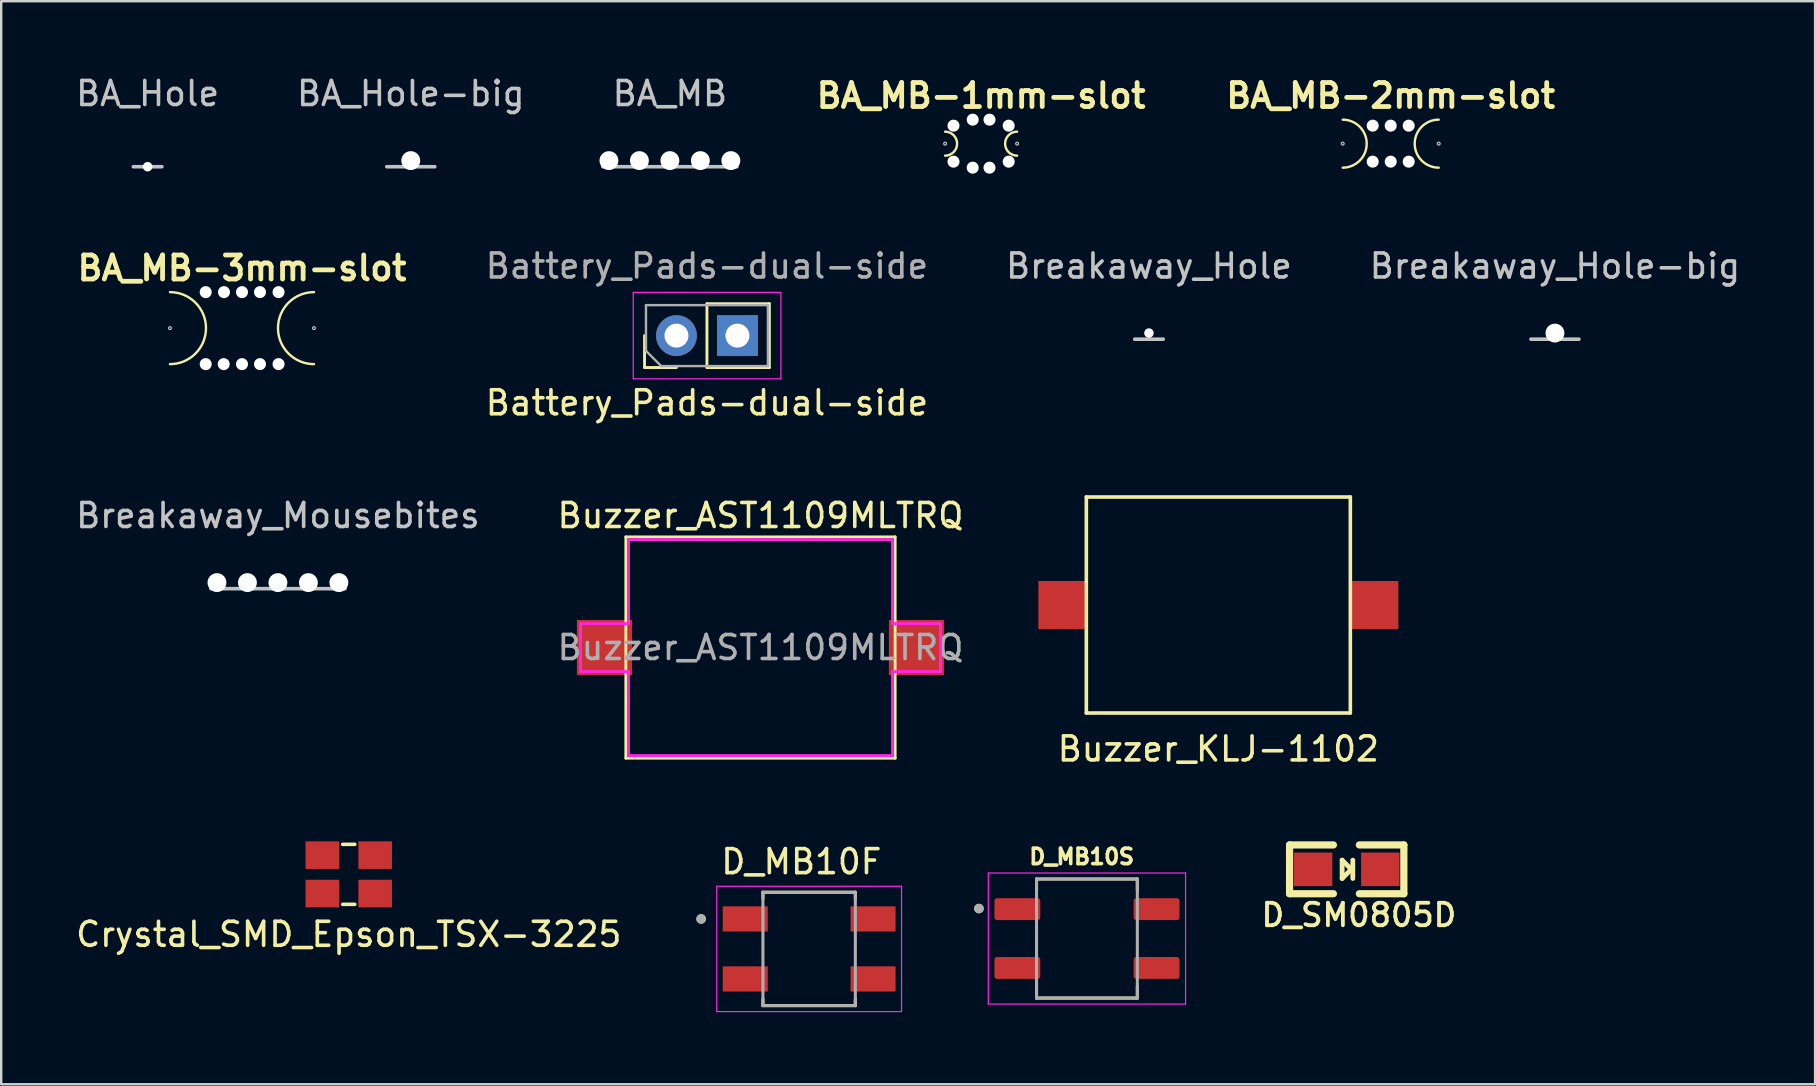
<source format=kicad_pcb>
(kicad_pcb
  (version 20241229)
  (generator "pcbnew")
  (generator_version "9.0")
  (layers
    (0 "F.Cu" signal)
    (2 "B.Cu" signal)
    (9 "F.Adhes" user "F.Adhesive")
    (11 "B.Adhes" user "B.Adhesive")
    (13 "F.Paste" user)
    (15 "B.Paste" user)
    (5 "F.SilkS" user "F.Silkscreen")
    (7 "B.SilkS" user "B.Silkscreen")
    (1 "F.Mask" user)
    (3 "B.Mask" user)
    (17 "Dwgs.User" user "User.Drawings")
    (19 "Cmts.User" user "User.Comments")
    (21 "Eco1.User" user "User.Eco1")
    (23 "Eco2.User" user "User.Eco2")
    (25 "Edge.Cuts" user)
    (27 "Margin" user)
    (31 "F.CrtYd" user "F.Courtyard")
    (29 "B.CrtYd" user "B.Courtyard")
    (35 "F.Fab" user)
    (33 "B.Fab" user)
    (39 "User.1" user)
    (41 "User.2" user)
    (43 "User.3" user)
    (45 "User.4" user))
  (footprint "Breakaway_Hole"
    (layer "F.Cu")
    (at 44.823 11.082)
    (property "Reference" "Breakaway_Hole" (at 0 -3.048 0) (layer "Dwgs.User") (effects (font (size 1 1) (thickness 0.15))))
    (attr through_hole)
    (fp_line (start -0.595 0) (end 0.595 0) (stroke (width 0.15) (type solid)) (layer "Dwgs.User"))
    (pad "" np_thru_hole circle (at 0 -0.254) (size 0.394 0.394) (drill 0.394) (layers "*.Cu" "*.Mask")))
  (footprint "Crystal_SMD_Epson_TSX-3225"
    (layer "F.Cu")
    (at 11.482 33.381)
    (property "Reference" "Crystal_SMD_Epson_TSX-3225" (at 0 2.5 0) (layer "F.SilkS") (effects (font (size 1 1) (thickness 0.15))))
    (attr through_hole)
    (fp_line (start -0.25 -1.25) (end 0.25 -1.25) (stroke (width 0.15) (type solid)) (layer "F.SilkS"))
    (fp_line (start -0.25 1.25) (end 0.25 1.25) (stroke (width 0.15) (type solid)) (layer "F.SilkS"))
    (pad "1" smd rect (at -1.1 -0.8) (size 1.4 1.15) (layers "F.Cu" "F.Mask" "F.Paste"))
    (pad "2" smd rect (at 1.1 -0.8) (size 1.4 1.15) (layers "F.Cu" "F.Mask" "F.Paste"))
    (pad "3" smd rect (at 1.1 0.8) (size 1.4 1.15) (layers "F.Cu" "F.Mask" "F.Paste"))
    (pad "4" smd rect (at -1.1 0.8) (size 1.4 1.15) (layers "F.Cu" "F.Mask" "F.Paste")))
  (footprint "D_MB10S"
    (layer "F.Cu")
    (at 42.239 36.056)
    (property "Reference" "D_MB10S" (at -0.218 -3.412 0) (layer "F.SilkS") (effects (font (size 0.641 0.641) (thickness 0.15))))
    (attr smd)
    (fp_line (start -2.1 -2.48) (end 2.1 -2.48) (stroke (width 0.127) (type solid)) (layer "F.SilkS"))
    (fp_line (start -2.1 -2) (end -2.1 -2.48) (stroke (width 0.127) (type solid)) (layer "F.SilkS"))
    (fp_line (start -2.1 2) (end -2.1 2.48) (stroke (width 0.127) (type solid)) (layer "F.SilkS"))
    (fp_line (start -2.1 2.48) (end 2.1 2.48) (stroke (width 0.127) (type solid)) (layer "F.SilkS"))
    (fp_line (start 2.1 -2.48) (end 2.1 -2) (stroke (width 0.127) (type solid)) (layer "F.SilkS"))
    (fp_line (start 2.1 2.48) (end 2.1 2) (stroke (width 0.127) (type solid)) (layer "F.SilkS"))
    (fp_circle (center -4.5 -1.25) (end -4.4 -1.25) (stroke (width 0.2) (type solid)) (fill no) (layer "F.SilkS"))
    (fp_line (start -4.11 -2.73) (end -4.11 2.73) (stroke (width 0.05) (type solid)) (layer "F.CrtYd"))
    (fp_line (start -4.11 2.73) (end 4.11 2.73) (stroke (width 0.05) (type solid)) (layer "F.CrtYd"))
    (fp_line (start 4.11 -2.73) (end -4.11 -2.73) (stroke (width 0.05) (type solid)) (layer "F.CrtYd"))
    (fp_line (start 4.11 2.73) (end 4.11 -2.73) (stroke (width 0.05) (type solid)) (layer "F.CrtYd"))
    (fp_line (start -2.1 -2.48) (end 2.1 -2.48) (stroke (width 0.127) (type solid)) (layer "F.Fab"))
    (fp_line (start -2.1 2.48) (end -2.1 -2.48) (stroke (width 0.127) (type solid)) (layer "F.Fab"))
    (fp_line (start 2.1 -2.48) (end 2.1 2.48) (stroke (width 0.127) (type solid)) (layer "F.Fab"))
    (fp_line (start 2.1 2.48) (end -2.1 2.48) (stroke (width 0.127) (type solid)) (layer "F.Fab"))
    (fp_circle (center -4.5 -1.25) (end -4.4 -1.25) (stroke (width 0.2) (type solid)) (fill no) (layer "F.Fab"))
    (pad "1" smd roundrect (at -2.9 -1.225) (size 1.91 0.91) (layers "F.Cu" "F.Mask" "F.Paste") (roundrect_rratio 0.115))
    (pad "2" smd roundrect (at -2.9 1.225) (size 1.91 0.91) (layers "F.Cu" "F.Mask" "F.Paste") (roundrect_rratio 0.115))
    (pad "3" smd roundrect (at 2.9 1.225) (size 1.91 0.91) (layers "F.Cu" "F.Mask" "F.Paste") (roundrect_rratio 0.115))
    (pad "4" smd roundrect (at 2.9 -1.225) (size 1.91 0.91) (layers "F.Cu" "F.Mask" "F.Paste") (roundrect_rratio 0.115)))
  (footprint "BA_MB-1mm-slot"
    (layer "F.Cu")
    (at 37.829 2.936)
    (property "Reference" "BA_MB-1mm-slot" (at 0 -2 0) (layer "F.SilkS") (effects (font (size 1 1) (thickness 0.2))))
    (attr through_hole)
    (fp_arc (start -1.5 -0.5) (mid -1 0) (end -1.5 0.5) (stroke (width 0.1) (type solid)) (layer "F.SilkS"))
    (fp_arc (start 1.5 0.5) (mid 1 0) (end 1.5 -0.5) (stroke (width 0.1) (type solid)) (layer "F.SilkS"))
    (fp_circle (center -1.5 0) (end -1.44 0) (stroke (width 0.05) (type solid)) (fill no) (layer "Dwgs.User"))
    (fp_circle (center 1.5 0) (end 1.56 0) (stroke (width 0.05) (type solid)) (fill no) (layer "Dwgs.User"))
    (fp_line (start -1.5 0) (end -1.5 0) (stroke (width 1) (type solid)) (layer "Eco1.User"))
    (fp_line (start 1.5 0) (end 1.5 0) (stroke (width 1) (type solid)) (layer "Eco1.User"))
    (pad "" np_thru_hole circle (at -1.15 -0.75) (size 0.5 0.5) (drill 0.5) (layers "*.Cu" "*.Mask"))
    (pad "" np_thru_hole circle (at -1.15 0.75) (size 0.5 0.5) (drill 0.5) (layers "*.Cu" "*.Mask"))
    (pad "" np_thru_hole circle (at -0.35 -1) (size 0.5 0.5) (drill 0.5) (layers "*.Cu" "*.Mask"))
    (pad "" np_thru_hole circle (at -0.35 1) (size 0.5 0.5) (drill 0.5) (layers "*.Cu" "*.Mask"))
    (pad "" np_thru_hole circle (at 0.35 -1) (size 0.5 0.5) (drill 0.5) (layers "*.Cu" "*.Mask"))
    (pad "" np_thru_hole circle (at 0.35 1) (size 0.5 0.5) (drill 0.5) (layers "*.Cu" "*.Mask"))
    (pad "" np_thru_hole circle (at 1.15 -0.75) (size 0.5 0.5) (drill 0.5) (layers "*.Cu" "*.Mask"))
    (pad "" np_thru_hole circle (at 1.15 0.75) (size 0.5 0.5) (drill 0.5) (layers "*.Cu" "*.Mask")))
  (footprint "BA_MB-3mm-slot"
    (layer "F.Cu")
    (at 7.033 10.622)
    (property "Reference" "BA_MB-3mm-slot" (at 0 -2.5 0) (layer "F.SilkS") (effects (font (size 1 1) (thickness 0.2))))
    (attr through_hole)
    (fp_arc (start -3 -1.5) (mid -1.5 0) (end -3 1.5) (stroke (width 0.1) (type solid)) (layer "F.SilkS"))
    (fp_arc (start 3 1.5) (mid 1.5 0) (end 3 -1.5) (stroke (width 0.1) (type solid)) (layer "F.SilkS"))
    (fp_circle (center -3 0) (end -3 -0.06) (stroke (width 0.05) (type solid)) (fill no) (layer "Dwgs.User"))
    (fp_circle (center 3 0) (end 3.06 0) (stroke (width 0.05) (type solid)) (fill no) (layer "Dwgs.User"))
    (fp_line (start -3 0) (end -3 0) (stroke (width 3) (type solid)) (layer "Eco1.User"))
    (fp_line (start 3 0) (end 3 0) (stroke (width 3) (type solid)) (layer "Eco1.User"))
    (pad "" np_thru_hole circle (at -1.512 -1.5) (size 0.5 0.5) (drill 0.5) (layers "*.Cu" "*.Mask"))
    (pad "" np_thru_hole circle (at -1.512 1.5) (size 0.5 0.5) (drill 0.5) (layers "*.Cu" "*.Mask"))
    (pad "" np_thru_hole circle (at -0.762 1.5) (size 0.5 0.5) (drill 0.5) (layers "*.Cu" "*.Mask"))
    (pad "" np_thru_hole circle (at -0.75 -1.5) (size 0.5 0.5) (drill 0.5) (layers "*.Cu" "*.Mask"))
    (pad "" np_thru_hole circle (at 0 -1.5) (size 0.5 0.5) (drill 0.5) (layers "*.Cu" "*.Mask"))
    (pad "" np_thru_hole circle (at 0 1.5) (size 0.5 0.5) (drill 0.5) (layers "*.Cu" "*.Mask"))
    (pad "" np_thru_hole circle (at 0.75 -1.5) (size 0.5 0.5) (drill 0.5) (layers "*.Cu" "*.Mask"))
    (pad "" np_thru_hole circle (at 0.75 1.5) (size 0.5 0.5) (drill 0.5) (layers "*.Cu" "*.Mask"))
    (pad "" np_thru_hole circle (at 1.524 -1.5) (size 0.5 0.5) (drill 0.5) (layers "*.Cu" "*.Mask"))
    (pad "" np_thru_hole circle (at 1.524 1.5) (size 0.5 0.5) (drill 0.5) (layers "*.Cu" "*.Mask")))
  (footprint "BA_MB-2mm-slot"
    (layer "F.Cu")
    (at 54.896 2.936)
    (property "Reference" "BA_MB-2mm-slot" (at 0 -2 0) (layer "F.SilkS") (effects (font (size 1 1) (thickness 0.2))))
    (attr through_hole)
    (fp_arc (start -2 -1) (mid -1 0) (end -2 1) (stroke (width 0.1) (type solid)) (layer "F.SilkS"))
    (fp_arc (start 2 1) (mid 1 0) (end 2 -1) (stroke (width 0.1) (type solid)) (layer "F.SilkS"))
    (fp_circle (center -2 0) (end -2 -0.06) (stroke (width 0.05) (type solid)) (fill no) (layer "Dwgs.User"))
    (fp_circle (center 2 0) (end 2.06 0) (stroke (width 0.05) (type solid)) (fill no) (layer "Dwgs.User"))
    (fp_line (start -2 0) (end -2 0) (stroke (width 2) (type solid)) (layer "Eco1.User"))
    (fp_line (start 2 0) (end 2 0) (stroke (width 2) (type solid)) (layer "Eco1.User"))
    (pad "" np_thru_hole circle (at -0.75 -0.75) (size 0.5 0.5) (drill 0.5) (layers "*.Cu" "*.Mask"))
    (pad "" np_thru_hole circle (at -0.75 0.75) (size 0.5 0.5) (drill 0.5) (layers "*.Cu" "*.Mask"))
    (pad "" np_thru_hole circle (at 0 -0.75) (size 0.5 0.5) (drill 0.5) (layers "*.Cu" "*.Mask"))
    (pad "" np_thru_hole circle (at 0 0.75) (size 0.5 0.5) (drill 0.5) (layers "*.Cu" "*.Mask"))
    (pad "" np_thru_hole circle (at 0.75 -0.75) (size 0.5 0.5) (drill 0.5) (layers "*.Cu" "*.Mask"))
    (pad "" np_thru_hole circle (at 0.75 0.75) (size 0.5 0.5) (drill 0.5) (layers "*.Cu" "*.Mask")))
  (footprint "Breakaway_Hole-big"
    (layer "F.Cu")
    (at 61.739 11.082)
    (property "Reference" "Breakaway_Hole-big" (at 0 -3.048 0) (layer "Dwgs.User") (effects (font (size 1 1) (thickness 0.15))))
    (attr through_hole)
    (fp_line (start -1 0) (end 1 0) (stroke (width 0.15) (type solid)) (layer "Dwgs.User"))
    (pad "" np_thru_hole circle (at 0 -0.254) (size 0.787 0.787) (drill 0.787) (layers "*.Cu" "*.Mask")))
  (footprint "BA_Hole"
    (layer "F.Cu")
    (at 3.101 3.896)
    (property "Reference" "BA_Hole" (at 0 -3.048 0) (layer "Dwgs.User") (effects (font (size 1 1) (thickness 0.15))))
    (attr through_hole)
    (fp_line (start -0.595 0) (end 0.595 0) (stroke (width 0.15) (type solid)) (layer "Dwgs.User"))
    (pad "" np_thru_hole circle (at 0 0) (size 0.394 0.394) (drill 0.394) (layers "*.Cu" "*.Mask")))
  (footprint "Breakaway_Mousebites"
    (layer "F.Cu")
    (at 8.53 21.479)
    (property "Reference" "Breakaway_Mousebites" (at 0 -3.048 0) (layer "Dwgs.User") (effects (font (size 1 1) (thickness 0.15))))
    (attr through_hole)
    (fp_line (start -2.794 0) (end 2.794 0) (stroke (width 0.15) (type solid)) (layer "Dwgs.User"))
    (pad "" np_thru_hole circle (at -2.54 -0.254) (size 0.787 0.787) (drill 0.787) (layers "*.Cu" "*.Mask"))
    (pad "" np_thru_hole circle (at -1.27 -0.254) (size 0.787 0.787) (drill 0.787) (layers "*.Cu" "*.Mask"))
    (pad "" np_thru_hole circle (at 0 -0.254) (size 0.787 0.787) (drill 0.787) (layers "*.Cu" "*.Mask"))
    (pad "" np_thru_hole circle (at 1.27 -0.254) (size 0.787 0.787) (drill 0.787) (layers "*.Cu" "*.Mask"))
    (pad "" np_thru_hole circle (at 2.54 -0.254) (size 0.787 0.787) (drill 0.787) (layers "*.Cu" "*.Mask")))
  (footprint "BA_Hole-big"
    (layer "F.Cu")
    (at 14.065 3.896)
    (property "Reference" "BA_Hole-big" (at 0 -3.048 0) (layer "Dwgs.User") (effects (font (size 1 1) (thickness 0.15))))
    (attr through_hole)
    (fp_line (start -1 0) (end 1 0) (stroke (width 0.15) (type solid)) (layer "Dwgs.User"))
    (pad "" np_thru_hole circle (at 0 -0.254) (size 0.787 0.787) (drill 0.787) (layers "*.Cu" "*.Mask")))
  (footprint "D_MB10F"
    (layer "F.Cu")
    (at 30.664 36.489)
    (property "Reference" "D_MB10F" (at -0.325 -3.635 0) (layer "F.SilkS") (effects (font (size 1 1) (thickness 0.15))))
    (attr smd)
    (fp_line (start -1.925 -2.362) (end -1.925 -2.095) (stroke (width 0.127) (type solid)) (layer "F.SilkS"))
    (fp_line (start -1.925 2.095) (end -1.925 2.362) (stroke (width 0.127) (type solid)) (layer "F.SilkS"))
    (fp_line (start -1.925 2.362) (end 1.925 2.362) (stroke (width 0.127) (type solid)) (layer "F.SilkS"))
    (fp_line (start 1.925 -2.362) (end -1.925 -2.362) (stroke (width 0.127) (type solid)) (layer "F.SilkS"))
    (fp_line (start 1.925 -2.095) (end 1.925 -2.362) (stroke (width 0.127) (type solid)) (layer "F.SilkS"))
    (fp_line (start 1.925 2.362) (end 1.925 2.095) (stroke (width 0.127) (type solid)) (layer "F.SilkS"))
    (fp_circle (center -4.5 -1.25) (end -4.4 -1.25) (stroke (width 0.2) (type solid)) (fill no) (layer "F.SilkS"))
    (fp_line (start -3.85 2.612) (end -3.85 -2.612) (stroke (width 0.05) (type solid)) (layer "F.CrtYd"))
    (fp_line (start 3.85 -2.612) (end -3.85 -2.612) (stroke (width 0.05) (type solid)) (layer "F.CrtYd"))
    (fp_line (start 3.85 2.612) (end -3.85 2.612) (stroke (width 0.05) (type solid)) (layer "F.CrtYd"))
    (fp_line (start 3.85 2.612) (end 3.85 -2.612) (stroke (width 0.05) (type solid)) (layer "F.CrtYd"))
    (fp_line (start -1.925 2.362) (end -1.925 -2.362) (stroke (width 0.127) (type solid)) (layer "F.Fab"))
    (fp_line (start 1.925 -2.362) (end -1.925 -2.362) (stroke (width 0.127) (type solid)) (layer "F.Fab"))
    (fp_line (start 1.925 2.362) (end -1.925 2.362) (stroke (width 0.127) (type solid)) (layer "F.Fab"))
    (fp_line (start 1.925 2.362) (end 1.925 -2.362) (stroke (width 0.127) (type solid)) (layer "F.Fab"))
    (fp_circle (center -4.5 -1.25) (end -4.4 -1.25) (stroke (width 0.2) (type solid)) (fill no) (layer "F.Fab"))
    (pad "1" smd rect (at -2.663 -1.25) (size 1.875 1.05) (layers "F.Cu" "F.Mask" "F.Paste"))
    (pad "2" smd rect (at 2.663 -1.25) (size 1.875 1.05) (layers "F.Cu" "F.Mask" "F.Paste"))
    (pad "3" smd rect (at -2.663 1.25) (size 1.875 1.05) (layers "F.Cu" "F.Mask" "F.Paste"))
    (pad "4" smd rect (at 2.663 1.25) (size 1.875 1.05) (layers "F.Cu" "F.Mask" "F.Paste")))
  (footprint "BA_MB"
    (layer "F.Cu")
    (at 24.862 3.896)
    (property "Reference" "BA_MB" (at 0 -3.048 0) (layer "Dwgs.User") (effects (font (size 1 1) (thickness 0.15))))
    (attr through_hole)
    (fp_line (start -2.794 0) (end 2.794 0) (stroke (width 0.15) (type solid)) (layer "Dwgs.User"))
    (pad "" np_thru_hole circle (at -2.54 -0.254) (size 0.787 0.787) (drill 0.787) (layers "*.Cu" "*.Mask"))
    (pad "" np_thru_hole circle (at -1.27 -0.254) (size 0.787 0.787) (drill 0.787) (layers "*.Cu" "*.Mask"))
    (pad "" np_thru_hole circle (at 0 -0.254) (size 0.787 0.787) (drill 0.787) (layers "*.Cu" "*.Mask"))
    (pad "" np_thru_hole circle (at 1.27 -0.254) (size 0.787 0.787) (drill 0.787) (layers "*.Cu" "*.Mask"))
    (pad "" np_thru_hole circle (at 2.54 -0.254) (size 0.787 0.787) (drill 0.787) (layers "*.Cu" "*.Mask")))
  (footprint "D_SM0805D"
    (layer "F.Cu")
    (at 53.063 33.172)
    (property "Reference" "D_SM0805D" (at 0.508 1.905 0) (layer "F.SilkS") (effects (font (size 0.935 0.935) (thickness 0.159))))
    (attr smd)
    (fp_line (start -2.381 -1.016) (end -2.381 1.016) (stroke (width 0.3) (type solid)) (layer "F.SilkS"))
    (fp_line (start -2.381 1.016) (end -0.554 1.016) (stroke (width 0.3) (type solid)) (layer "F.SilkS"))
    (fp_line (start -0.554 -1.016) (end -2.381 -1.016) (stroke (width 0.3) (type solid)) (layer "F.SilkS"))
    (fp_line (start -0.191 -0.381) (end -0.191 0.381) (stroke (width 0.2) (type solid)) (layer "F.SilkS"))
    (fp_line (start -0.191 0.381) (end 0.191 0) (stroke (width 0.2) (type solid)) (layer "F.SilkS"))
    (fp_line (start 0.191 0) (end -0.191 -0.381) (stroke (width 0.2) (type solid)) (layer "F.SilkS"))
    (fp_line (start 0.254 -0.381) (end 0.254 0.381) (stroke (width 0.2) (type solid)) (layer "F.SilkS"))
    (fp_line (start 0.527 -1.016) (end 2.381 -1.016) (stroke (width 0.3) (type solid)) (layer "F.SilkS"))
    (fp_line (start 2.381 -1.016) (end 2.381 1.016) (stroke (width 0.3) (type solid)) (layer "F.SilkS"))
    (fp_line (start 2.381 1.016) (end 0.527 1.016) (stroke (width 0.3) (type solid)) (layer "F.SilkS"))
    (pad "1" smd rect (at -1.4 0) (size 1.6 1.397) (layers "F.Cu" "F.Mask" "F.Paste"))
    (pad "2" smd rect (at 1.4 0) (size 1.6 1.397) (layers "F.Cu" "F.Mask" "F.Paste")))
  (footprint "Battery_Pads-dual-side"
    (layer "F.Cu")
    (at 26.406 10.934)
    (property "Reference" "Battery_Pads-dual-side" (at 0 2.8 0) (layer "F.SilkS") (effects (font (size 1 1) (thickness 0.15))))
    (attr through_hole)
    (fp_line (start -2.6 1.33) (end -2.6 0) (stroke (width 0.12) (type solid)) (layer "F.SilkS"))
    (fp_line (start -1.27 1.33) (end -2.6 1.33) (stroke (width 0.12) (type solid)) (layer "F.SilkS"))
    (fp_line (start 0 -1.33) (end 2.6 -1.33) (stroke (width 0.12) (type solid)) (layer "F.SilkS"))
    (fp_line (start 0 1.33) (end 0 -1.33) (stroke (width 0.12) (type solid)) (layer "F.SilkS"))
    (fp_line (start 0 1.33) (end 2.6 1.33) (stroke (width 0.12) (type solid)) (layer "F.SilkS"))
    (fp_line (start 2.6 1.33) (end 2.6 -1.33) (stroke (width 0.12) (type solid)) (layer "F.SilkS"))
    (fp_line (start -3.07 -1.8) (end -3.07 1.8) (stroke (width 0.05) (type solid)) (layer "F.CrtYd"))
    (fp_line (start -3.07 1.8) (end 3.08 1.8) (stroke (width 0.05) (type solid)) (layer "F.CrtYd"))
    (fp_line (start 3.08 -1.8) (end -3.07 -1.8) (stroke (width 0.05) (type solid)) (layer "F.CrtYd"))
    (fp_line (start 3.08 1.8) (end 3.08 -1.8) (stroke (width 0.05) (type solid)) (layer "F.CrtYd"))
    (fp_line (start -2.54 -1.27) (end 2.54 -1.27) (stroke (width 0.1) (type solid)) (layer "F.Fab"))
    (fp_line (start -2.54 0.635) (end -2.54 -1.27) (stroke (width 0.1) (type solid)) (layer "F.Fab"))
    (fp_line (start -1.905 1.27) (end -2.54 0.635) (stroke (width 0.1) (type solid)) (layer "F.Fab"))
    (fp_line (start 2.54 -1.27) (end 2.54 1.27) (stroke (width 0.1) (type solid)) (layer "F.Fab"))
    (fp_line (start 2.54 1.27) (end -1.905 1.27) (stroke (width 0.1) (type solid)) (layer "F.Fab"))
    (fp_text user "${REFERENCE}" (at 0 -2.9 180) (layer "F.Fab") (effects (font (size 1 1) (thickness 0.15))))
    (pad "1" thru_hole oval (at -1.27 0 90) (size 1.7 1.7) (drill 1) (layers "*.Cu" "*.Mask"))
    (pad "2" thru_hole rect (at 1.27 0 90) (size 1.7 1.7) (drill 1) (layers "*.Cu" "*.Mask")))
  (footprint "Buzzer_KLJ-1102"
    (layer "F.Cu")
    (at 47.714 22.157)
    (property "Reference" "Buzzer_KLJ-1102" (at 0 6 0) (layer "F.SilkS") (effects (font (size 1 1) (thickness 0.15))))
    (attr through_hole)
    (fp_line (start -5.5 -4.5) (end 5.5 -4.5) (stroke (width 0.15) (type solid)) (layer "F.SilkS"))
    (fp_line (start -5.5 4.5) (end -5.5 -4.5) (stroke (width 0.15) (type solid)) (layer "F.SilkS"))
    (fp_line (start 5.5 -4.5) (end 5.5 4.5) (stroke (width 0.15) (type solid)) (layer "F.SilkS"))
    (fp_line (start 5.5 4.5) (end -5.5 4.5) (stroke (width 0.15) (type solid)) (layer "F.SilkS"))
    (pad "1" smd rect (at -6.5 0) (size 2 2) (layers "F.Cu" "F.Mask" "F.Paste"))
    (pad "2" smd rect (at 6.5 0) (size 2 2) (layers "F.Cu" "F.Mask" "F.Paste")))
  (footprint "Buzzer_AST1109MLTRQ"
    (layer "F.Cu")
    (at 28.637 23.931)
    (property "Reference" "Buzzer_AST1109MLTRQ" (at 0 -5.5 0) (layer "F.SilkS") (effects (font (size 1 1) (thickness 0.15))))
    (attr smd)
    (fp_line (start -5.61 -4.61) (end 5.61 -4.61) (stroke (width 0.12) (type solid)) (layer "F.SilkS"))
    (fp_line (start -5.61 4.61) (end -5.61 -4.61) (stroke (width 0.12) (type solid)) (layer "F.SilkS"))
    (fp_line (start 5.61 -4.61) (end 5.61 4.61) (stroke (width 0.12) (type solid)) (layer "F.SilkS"))
    (fp_line (start 5.61 4.61) (end -5.61 4.61) (stroke (width 0.12) (type solid)) (layer "F.SilkS"))
    (fp_line (start -7.5 -1) (end -7.5 1) (stroke (width 0.12) (type solid)) (layer "F.CrtYd"))
    (fp_line (start -7.5 1) (end -5.5 1) (stroke (width 0.12) (type solid)) (layer "F.CrtYd"))
    (fp_line (start -5.5 -1) (end -7.5 -1) (stroke (width 0.12) (type solid)) (layer "F.CrtYd"))
    (fp_line (start -5.5 -1) (end -5.5 -4.5) (stroke (width 0.12) (type solid)) (layer "F.CrtYd"))
    (fp_line (start -5.5 1) (end -5.5 4.5) (stroke (width 0.12) (type solid)) (layer "F.CrtYd"))
    (fp_line (start 5.5 -4.5) (end -5.5 -4.5) (stroke (width 0.12) (type solid)) (layer "F.CrtYd"))
    (fp_line (start 5.5 -1) (end 5.5 -4.5) (stroke (width 0.12) (type solid)) (layer "F.CrtYd"))
    (fp_line (start 5.5 1) (end 7.5 1) (stroke (width 0.12) (type solid)) (layer "F.CrtYd"))
    (fp_line (start 5.5 4.5) (end -5.5 4.5) (stroke (width 0.12) (type solid)) (layer "F.CrtYd"))
    (fp_line (start 5.5 4.5) (end 5.5 1) (stroke (width 0.12) (type solid)) (layer "F.CrtYd"))
    (fp_line (start 7.5 -1) (end 5.5 -1) (stroke (width 0.12) (type solid)) (layer "F.CrtYd"))
    (fp_line (start 7.5 1) (end 7.5 -1) (stroke (width 0.12) (type solid)) (layer "F.CrtYd"))
    (fp_text user "${REFERENCE}" (at 0 0 0) (layer "F.Fab") (effects (font (size 1 1) (thickness 0.15))))
    (pad "1" smd rect (at -6.5 0) (size 2.3 2.3) (layers "F.Cu" "F.Mask" "F.Paste"))
    (pad "2" smd rect (at 6.5 0) (size 2.3 2.3) (layers "F.Cu" "F.Mask" "F.Paste")))
  (gr_rect
    (start -3 -3)
    (end 72.579 42.127)
    (stroke (width 0.1) (type default))
    (fill no)
    (layer "Edge.Cuts")))
</source>
